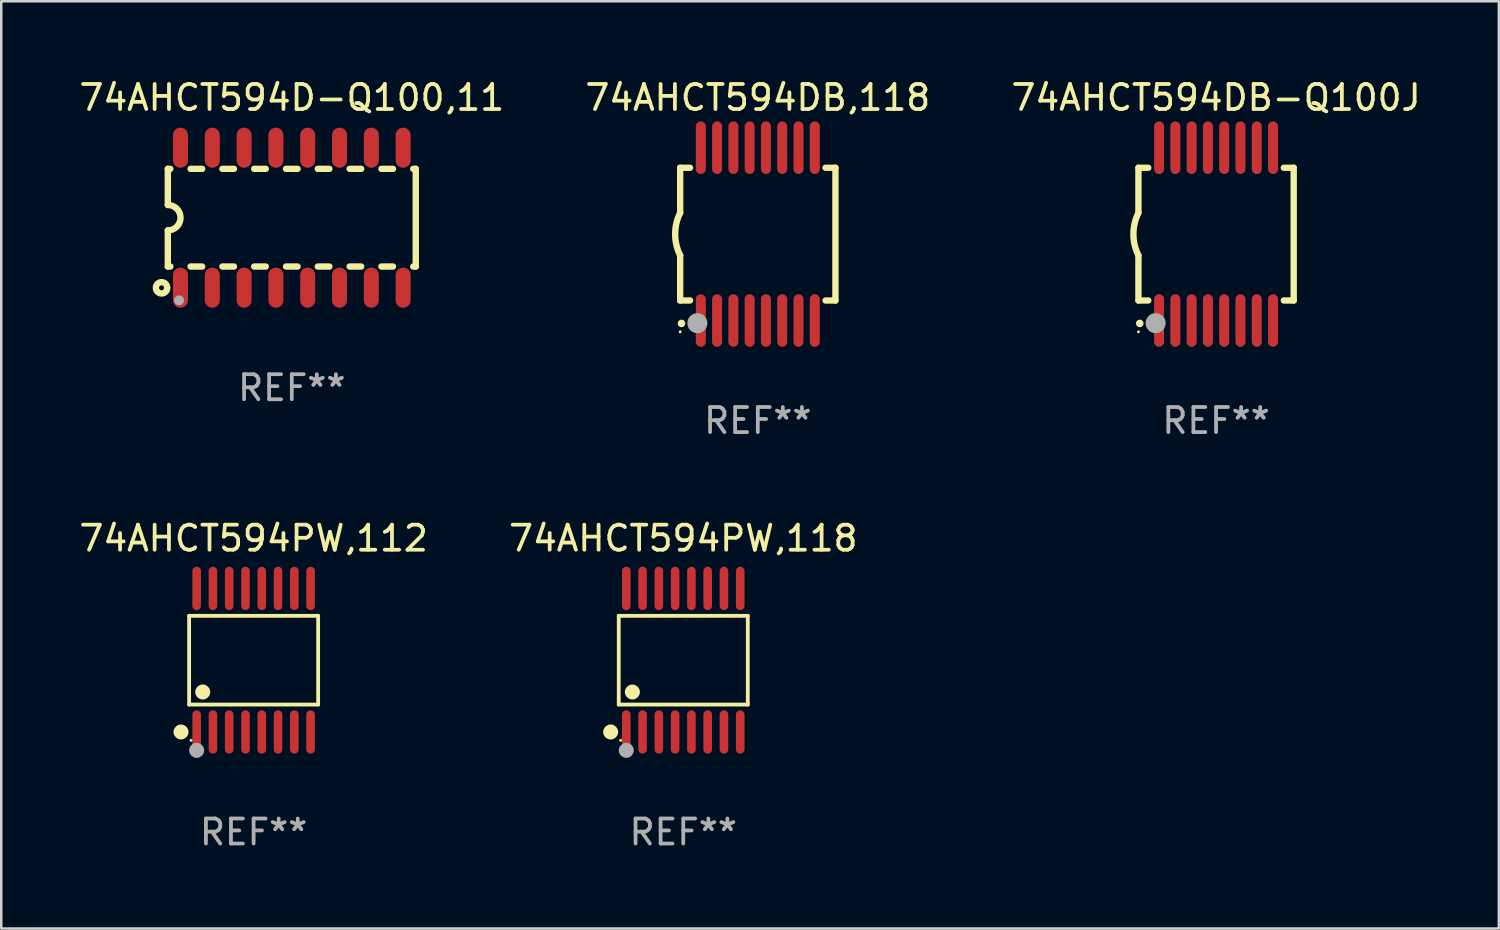
<source format=kicad_pcb>
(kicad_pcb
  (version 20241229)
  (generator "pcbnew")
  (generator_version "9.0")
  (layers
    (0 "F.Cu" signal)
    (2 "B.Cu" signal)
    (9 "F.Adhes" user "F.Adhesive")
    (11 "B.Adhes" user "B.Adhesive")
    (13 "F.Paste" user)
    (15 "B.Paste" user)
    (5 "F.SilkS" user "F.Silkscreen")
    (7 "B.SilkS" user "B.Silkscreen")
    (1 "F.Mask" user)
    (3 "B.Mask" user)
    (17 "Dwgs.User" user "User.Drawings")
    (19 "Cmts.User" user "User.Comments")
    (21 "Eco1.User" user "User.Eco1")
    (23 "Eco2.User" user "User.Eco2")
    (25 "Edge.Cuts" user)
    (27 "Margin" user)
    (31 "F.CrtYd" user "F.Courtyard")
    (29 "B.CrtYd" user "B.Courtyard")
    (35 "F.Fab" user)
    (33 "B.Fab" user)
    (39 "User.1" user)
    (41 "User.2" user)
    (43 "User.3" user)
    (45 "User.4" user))
  (footprint "74AHCT594PW,112"
    (layer "F.Cu")
    (at 7.077 23.311)
    (property "Reference" "74AHCT594PW,112" (at 0 -4.866 0) (layer "F.SilkS") (effects (font (size 1 1) (thickness 0.15))))
    (attr through_hole)
    (fp_line (start -2.576 -1.772) (end 2.576 -1.772) (stroke (width 0.152) (type solid)) (layer "F.SilkS"))
    (fp_line (start -2.576 1.771) (end -2.576 -1.772) (stroke (width 0.152) (type solid)) (layer "F.SilkS"))
    (fp_line (start 2.576 -1.772) (end 2.576 1.771) (stroke (width 0.152) (type solid)) (layer "F.SilkS"))
    (fp_line (start 2.576 1.771) (end -2.576 1.771) (stroke (width 0.152) (type solid)) (layer "F.SilkS"))
    (fp_circle (center -2.899 2.866) (end -2.749 2.866) (stroke (width 0.3) (type solid)) (fill no) (layer "F.SilkS"))
    (fp_circle (center -2.5 3.2) (end -2.47 3.2) (stroke (width 0.06) (type solid)) (fill no) (layer "F.SilkS"))
    (fp_circle (center -2.032 1.27) (end -1.882 1.27) (stroke (width 0.3) (type solid)) (fill no) (layer "F.SilkS"))
    (fp_circle (center -2.275 3.6) (end -2.125 3.6) (stroke (width 0.3) (type solid)) (fill no) (layer "F.Fab"))
    (fp_text user "REF**" (at 0 6.866 0) (layer "F.Fab") (effects (font (size 1 1) (thickness 0.15))))
    (pad "1" smd oval (at -2.275 2.866) (size 0.343 1.731) (layers "F.Cu" "F.Mask" "F.Paste"))
    (pad "2" smd oval (at -1.625 2.866) (size 0.343 1.731) (layers "F.Cu" "F.Mask" "F.Paste"))
    (pad "3" smd oval (at -0.975 2.866) (size 0.343 1.731) (layers "F.Cu" "F.Mask" "F.Paste"))
    (pad "4" smd oval (at -0.325 2.866) (size 0.343 1.731) (layers "F.Cu" "F.Mask" "F.Paste"))
    (pad "5" smd oval (at 0.325 2.866) (size 0.343 1.731) (layers "F.Cu" "F.Mask" "F.Paste"))
    (pad "6" smd oval (at 0.975 2.866) (size 0.343 1.731) (layers "F.Cu" "F.Mask" "F.Paste"))
    (pad "7" smd oval (at 1.625 2.866) (size 0.343 1.731) (layers "F.Cu" "F.Mask" "F.Paste"))
    (pad "8" smd oval (at 2.275 2.866) (size 0.343 1.731) (layers "F.Cu" "F.Mask" "F.Paste"))
    (pad "9" smd oval (at 2.275 -2.866) (size 0.343 1.731) (layers "F.Cu" "F.Mask" "F.Paste"))
    (pad "10" smd oval (at 1.625 -2.866) (size 0.343 1.731) (layers "F.Cu" "F.Mask" "F.Paste"))
    (pad "11" smd oval (at 0.975 -2.866) (size 0.343 1.731) (layers "F.Cu" "F.Mask" "F.Paste"))
    (pad "12" smd oval (at 0.325 -2.866) (size 0.343 1.731) (layers "F.Cu" "F.Mask" "F.Paste"))
    (pad "13" smd oval (at -0.325 -2.866) (size 0.343 1.731) (layers "F.Cu" "F.Mask" "F.Paste"))
    (pad "14" smd oval (at -0.975 -2.866) (size 0.343 1.731) (layers "F.Cu" "F.Mask" "F.Paste"))
    (pad "15" smd oval (at -1.625 -2.866) (size 0.343 1.731) (layers "F.Cu" "F.Mask" "F.Paste"))
    (pad "16" smd oval (at -2.275 -2.866) (size 0.343 1.731) (layers "F.Cu" "F.Mask" "F.Paste")))
  (footprint "74AHCT594D-Q100,11"
    (layer "F.Cu")
    (at 8.601 5.642)
    (property "Reference" "74AHCT594D-Q100,11" (at 0 -4.794 0) (layer "F.SilkS") (effects (font (size 1 1) (thickness 0.15))))
    (attr through_hole)
    (fp_line (start -4.95 -1.95) (end -4.95 -0.508) (stroke (width 0.254) (type solid)) (layer "F.SilkS"))
    (fp_line (start -4.95 -1.95) (end -4.849 -1.95) (stroke (width 0.254) (type solid)) (layer "F.SilkS"))
    (fp_line (start -4.95 1.95) (end -4.95 0.508) (stroke (width 0.254) (type solid)) (layer "F.SilkS"))
    (fp_line (start -4.95 1.95) (end -4.849 1.95) (stroke (width 0.254) (type solid)) (layer "F.SilkS"))
    (fp_line (start -4.041 -1.95) (end -3.579 -1.95) (stroke (width 0.254) (type solid)) (layer "F.SilkS"))
    (fp_line (start -4.041 1.95) (end -3.579 1.95) (stroke (width 0.254) (type solid)) (layer "F.SilkS"))
    (fp_line (start -2.771 -1.95) (end -2.309 -1.95) (stroke (width 0.254) (type solid)) (layer "F.SilkS"))
    (fp_line (start -2.771 1.95) (end -2.309 1.95) (stroke (width 0.254) (type solid)) (layer "F.SilkS"))
    (fp_line (start -1.501 -1.95) (end -1.039 -1.95) (stroke (width 0.254) (type solid)) (layer "F.SilkS"))
    (fp_line (start -1.501 1.95) (end -1.039 1.95) (stroke (width 0.254) (type solid)) (layer "F.SilkS"))
    (fp_line (start -0.231 -1.95) (end 0.231 -1.95) (stroke (width 0.254) (type solid)) (layer "F.SilkS"))
    (fp_line (start -0.231 1.95) (end 0.231 1.95) (stroke (width 0.254) (type solid)) (layer "F.SilkS"))
    (fp_line (start 1.039 -1.95) (end 1.501 -1.95) (stroke (width 0.254) (type solid)) (layer "F.SilkS"))
    (fp_line (start 1.039 1.95) (end 1.501 1.95) (stroke (width 0.254) (type solid)) (layer "F.SilkS"))
    (fp_line (start 2.309 -1.95) (end 2.771 -1.95) (stroke (width 0.254) (type solid)) (layer "F.SilkS"))
    (fp_line (start 2.309 1.95) (end 2.771 1.95) (stroke (width 0.254) (type solid)) (layer "F.SilkS"))
    (fp_line (start 3.579 -1.95) (end 4.041 -1.95) (stroke (width 0.254) (type solid)) (layer "F.SilkS"))
    (fp_line (start 3.579 1.95) (end 4.041 1.95) (stroke (width 0.254) (type solid)) (layer "F.SilkS"))
    (fp_line (start 4.849 -1.95) (end 4.95 -1.95) (stroke (width 0.254) (type solid)) (layer "F.SilkS"))
    (fp_line (start 4.849 1.95) (end 4.95 1.95) (stroke (width 0.254) (type solid)) (layer "F.SilkS"))
    (fp_line (start 4.95 -1.95) (end 4.95 1.95) (stroke (width 0.254) (type solid)) (layer "F.SilkS"))
    (fp_arc (start -4.95047 -0.508001) (mid -4.442469 -0.000228) (end -4.950013 0.508001) (stroke (width 0.254001) (type solid)) (layer "F.SilkS"))
    (fp_circle (center -5.2 2.8) (end -5.1 2.8) (stroke (width 0.254) (type solid)) (fill no) (layer "F.SilkS"))
    (fp_circle (center -4.95 2.947) (end -4.92 2.947) (stroke (width 0.06) (type solid)) (fill no) (layer "F.SilkS"))
    (fp_circle (center -4.5 3.3) (end -4.4 3.3) (stroke (width 0.2) (type solid)) (fill no) (layer "F.Fab"))
    (fp_text user "REF**" (at 0 6.794 0) (layer "F.Fab") (effects (font (size 1 1) (thickness 0.15))))
    (pad "1" smd oval (at -4.445 2.794) (size 0.6 1.6) (layers "F.Cu" "F.Mask" "F.Paste"))
    (pad "2" smd oval (at -3.175 2.794) (size 0.6 1.6) (layers "F.Cu" "F.Mask" "F.Paste"))
    (pad "3" smd oval (at -1.905 2.794) (size 0.6 1.6) (layers "F.Cu" "F.Mask" "F.Paste"))
    (pad "4" smd oval (at -0.635 2.794) (size 0.6 1.6) (layers "F.Cu" "F.Mask" "F.Paste"))
    (pad "5" smd oval (at 0.635 2.794) (size 0.6 1.6) (layers "F.Cu" "F.Mask" "F.Paste"))
    (pad "6" smd oval (at 1.905 2.794) (size 0.6 1.6) (layers "F.Cu" "F.Mask" "F.Paste"))
    (pad "7" smd oval (at 3.175 2.794) (size 0.6 1.6) (layers "F.Cu" "F.Mask" "F.Paste"))
    (pad "8" smd oval (at 4.445 2.794) (size 0.6 1.6) (layers "F.Cu" "F.Mask" "F.Paste"))
    (pad "9" smd oval (at 4.445 -2.794) (size 0.6 1.6) (layers "F.Cu" "F.Mask" "F.Paste"))
    (pad "10" smd oval (at 3.175 -2.794) (size 0.6 1.6) (layers "F.Cu" "F.Mask" "F.Paste"))
    (pad "11" smd oval (at 1.905 -2.794) (size 0.6 1.6) (layers "F.Cu" "F.Mask" "F.Paste"))
    (pad "12" smd oval (at 0.635 -2.794) (size 0.6 1.6) (layers "F.Cu" "F.Mask" "F.Paste"))
    (pad "13" smd oval (at -0.635 -2.794) (size 0.6 1.6) (layers "F.Cu" "F.Mask" "F.Paste"))
    (pad "14" smd oval (at -1.905 -2.794) (size 0.6 1.6) (layers "F.Cu" "F.Mask" "F.Paste"))
    (pad "15" smd oval (at -3.175 -2.794) (size 0.6 1.6) (layers "F.Cu" "F.Mask" "F.Paste"))
    (pad "16" smd oval (at -4.445 -2.794) (size 0.6 1.6) (layers "F.Cu" "F.Mask" "F.Paste")))
  (footprint "74AHCT594DB-Q100J"
    (layer "F.Cu")
    (at 45.506 6.298)
    (property "Reference" "74AHCT594DB-Q100J" (at 0 -5.45 0) (layer "F.SilkS") (effects (font (size 1 1) (thickness 0.15))))
    (attr through_hole)
    (fp_line (start -3.1 -2.65) (end -3.1 -0.85) (stroke (width 0.254) (type solid)) (layer "F.SilkS"))
    (fp_line (start -3.1 -2.65) (end -2.706 -2.65) (stroke (width 0.254) (type solid)) (layer "F.SilkS"))
    (fp_line (start -3.1 2.65) (end -3.1 0.85) (stroke (width 0.254) (type solid)) (layer "F.SilkS"))
    (fp_line (start -3.1 2.65) (end -2.706 2.65) (stroke (width 0.254) (type solid)) (layer "F.SilkS"))
    (fp_line (start 2.706 -2.65) (end 3.1 -2.65) (stroke (width 0.254) (type solid)) (layer "F.SilkS"))
    (fp_line (start 2.706 2.65) (end 3.1 2.65) (stroke (width 0.254) (type solid)) (layer "F.SilkS"))
    (fp_line (start 3.1 -2.65) (end 3.1 2.65) (stroke (width 0.254) (type solid)) (layer "F.SilkS"))
    (fp_arc (start -3.098907 0.850902) (mid -3.300057 0.000523) (end -3.1 -0.850114) (stroke (width 0.254001) (type solid)) (layer "F.SilkS"))
    (fp_arc (start -3.048006 3.566066) (mid -3.046736 3.566061) (end -3.045466 3.566066) (stroke (width 0.3) (type solid)) (layer "F.SilkS"))
    (fp_circle (center -3.1 3.9) (end -3.07 3.9) (stroke (width 0.06) (type solid)) (fill no) (layer "F.SilkS"))
    (fp_circle (center -2.413 3.556) (end -2.213 3.556) (stroke (width 0.4) (type solid)) (fill no) (layer "F.Fab"))
    (fp_text user "REF**" (at 0 7.45 0) (layer "F.Fab") (effects (font (size 1 1) (thickness 0.15))))
    (pad "1" smd oval (at -2.275 3.45 180) (size 0.4 2.1) (layers "F.Cu" "F.Mask" "F.Paste"))
    (pad "2" smd oval (at -1.625 3.45 180) (size 0.4 2.1) (layers "F.Cu" "F.Mask" "F.Paste"))
    (pad "3" smd oval (at -0.975 3.45 180) (size 0.4 2.1) (layers "F.Cu" "F.Mask" "F.Paste"))
    (pad "4" smd oval (at -0.325 3.45 180) (size 0.4 2.1) (layers "F.Cu" "F.Mask" "F.Paste"))
    (pad "5" smd oval (at 0.325 3.45 180) (size 0.4 2.1) (layers "F.Cu" "F.Mask" "F.Paste"))
    (pad "6" smd oval (at 0.975 3.45 180) (size 0.4 2.1) (layers "F.Cu" "F.Mask" "F.Paste"))
    (pad "7" smd oval (at 1.625 3.45 180) (size 0.4 2.1) (layers "F.Cu" "F.Mask" "F.Paste"))
    (pad "8" smd oval (at 2.275 3.45 180) (size 0.4 2.1) (layers "F.Cu" "F.Mask" "F.Paste"))
    (pad "9" smd oval (at 2.275 -3.45 180) (size 0.4 2.1) (layers "F.Cu" "F.Mask" "F.Paste"))
    (pad "10" smd oval (at 1.625 -3.45 180) (size 0.4 2.1) (layers "F.Cu" "F.Mask" "F.Paste"))
    (pad "11" smd oval (at 0.975 -3.45 180) (size 0.4 2.1) (layers "F.Cu" "F.Mask" "F.Paste"))
    (pad "12" smd oval (at 0.325 -3.45 180) (size 0.4 2.1) (layers "F.Cu" "F.Mask" "F.Paste"))
    (pad "13" smd oval (at -0.325 -3.45 180) (size 0.4 2.1) (layers "F.Cu" "F.Mask" "F.Paste"))
    (pad "14" smd oval (at -0.975 -3.45 180) (size 0.4 2.1) (layers "F.Cu" "F.Mask" "F.Paste"))
    (pad "15" smd oval (at -1.625 -3.45 180) (size 0.4 2.1) (layers "F.Cu" "F.Mask" "F.Paste"))
    (pad "16" smd oval (at -2.275 -3.45 180) (size 0.4 2.1) (layers "F.Cu" "F.Mask" "F.Paste")))
  (footprint "74AHCT594DB,118"
    (layer "F.Cu")
    (at 27.208 6.298)
    (property "Reference" "74AHCT594DB,118" (at 0 -5.45 0) (layer "F.SilkS") (effects (font (size 1 1) (thickness 0.15))))
    (attr through_hole)
    (fp_line (start -3.1 -2.65) (end -3.1 -0.85) (stroke (width 0.254) (type solid)) (layer "F.SilkS"))
    (fp_line (start -3.1 -2.65) (end -2.706 -2.65) (stroke (width 0.254) (type solid)) (layer "F.SilkS"))
    (fp_line (start -3.1 2.65) (end -3.1 0.85) (stroke (width 0.254) (type solid)) (layer "F.SilkS"))
    (fp_line (start -3.1 2.65) (end -2.706 2.65) (stroke (width 0.254) (type solid)) (layer "F.SilkS"))
    (fp_line (start 2.706 -2.65) (end 3.1 -2.65) (stroke (width 0.254) (type solid)) (layer "F.SilkS"))
    (fp_line (start 2.706 2.65) (end 3.1 2.65) (stroke (width 0.254) (type solid)) (layer "F.SilkS"))
    (fp_line (start 3.1 -2.65) (end 3.1 2.65) (stroke (width 0.254) (type solid)) (layer "F.SilkS"))
    (fp_arc (start -3.098907 0.850902) (mid -3.300057 0.000523) (end -3.1 -0.850114) (stroke (width 0.254001) (type solid)) (layer "F.SilkS"))
    (fp_arc (start -3.048006 3.566066) (mid -3.046736 3.566061) (end -3.045466 3.566066) (stroke (width 0.3) (type solid)) (layer "F.SilkS"))
    (fp_circle (center -3.1 3.9) (end -3.07 3.9) (stroke (width 0.06) (type solid)) (fill no) (layer "F.SilkS"))
    (fp_circle (center -2.413 3.556) (end -2.213 3.556) (stroke (width 0.4) (type solid)) (fill no) (layer "F.Fab"))
    (fp_text user "REF**" (at 0 7.45 0) (layer "F.Fab") (effects (font (size 1 1) (thickness 0.15))))
    (pad "1" smd oval (at -2.275 3.45 180) (size 0.4 2.1) (layers "F.Cu" "F.Mask" "F.Paste"))
    (pad "2" smd oval (at -1.625 3.45 180) (size 0.4 2.1) (layers "F.Cu" "F.Mask" "F.Paste"))
    (pad "3" smd oval (at -0.975 3.45 180) (size 0.4 2.1) (layers "F.Cu" "F.Mask" "F.Paste"))
    (pad "4" smd oval (at -0.325 3.45 180) (size 0.4 2.1) (layers "F.Cu" "F.Mask" "F.Paste"))
    (pad "5" smd oval (at 0.325 3.45 180) (size 0.4 2.1) (layers "F.Cu" "F.Mask" "F.Paste"))
    (pad "6" smd oval (at 0.975 3.45 180) (size 0.4 2.1) (layers "F.Cu" "F.Mask" "F.Paste"))
    (pad "7" smd oval (at 1.625 3.45 180) (size 0.4 2.1) (layers "F.Cu" "F.Mask" "F.Paste"))
    (pad "8" smd oval (at 2.275 3.45 180) (size 0.4 2.1) (layers "F.Cu" "F.Mask" "F.Paste"))
    (pad "9" smd oval (at 2.275 -3.45 180) (size 0.4 2.1) (layers "F.Cu" "F.Mask" "F.Paste"))
    (pad "10" smd oval (at 1.625 -3.45 180) (size 0.4 2.1) (layers "F.Cu" "F.Mask" "F.Paste"))
    (pad "11" smd oval (at 0.975 -3.45 180) (size 0.4 2.1) (layers "F.Cu" "F.Mask" "F.Paste"))
    (pad "12" smd oval (at 0.325 -3.45 180) (size 0.4 2.1) (layers "F.Cu" "F.Mask" "F.Paste"))
    (pad "13" smd oval (at -0.325 -3.45 180) (size 0.4 2.1) (layers "F.Cu" "F.Mask" "F.Paste"))
    (pad "14" smd oval (at -0.975 -3.45 180) (size 0.4 2.1) (layers "F.Cu" "F.Mask" "F.Paste"))
    (pad "15" smd oval (at -1.625 -3.45 180) (size 0.4 2.1) (layers "F.Cu" "F.Mask" "F.Paste"))
    (pad "16" smd oval (at -2.275 -3.45 180) (size 0.4 2.1) (layers "F.Cu" "F.Mask" "F.Paste")))
  (footprint "74AHCT594PW,118"
    (layer "F.Cu")
    (at 24.232 23.311)
    (property "Reference" "74AHCT594PW,118" (at 0 -4.866 0) (layer "F.SilkS") (effects (font (size 1 1) (thickness 0.15))))
    (attr through_hole)
    (fp_line (start -2.576 -1.772) (end 2.576 -1.772) (stroke (width 0.152) (type solid)) (layer "F.SilkS"))
    (fp_line (start -2.576 1.771) (end -2.576 -1.772) (stroke (width 0.152) (type solid)) (layer "F.SilkS"))
    (fp_line (start 2.576 -1.772) (end 2.576 1.771) (stroke (width 0.152) (type solid)) (layer "F.SilkS"))
    (fp_line (start 2.576 1.771) (end -2.576 1.771) (stroke (width 0.152) (type solid)) (layer "F.SilkS"))
    (fp_circle (center -2.899 2.866) (end -2.749 2.866) (stroke (width 0.3) (type solid)) (fill no) (layer "F.SilkS"))
    (fp_circle (center -2.5 3.2) (end -2.47 3.2) (stroke (width 0.06) (type solid)) (fill no) (layer "F.SilkS"))
    (fp_circle (center -2.032 1.27) (end -1.882 1.27) (stroke (width 0.3) (type solid)) (fill no) (layer "F.SilkS"))
    (fp_circle (center -2.275 3.6) (end -2.125 3.6) (stroke (width 0.3) (type solid)) (fill no) (layer "F.Fab"))
    (fp_text user "REF**" (at 0 6.866 0) (layer "F.Fab") (effects (font (size 1 1) (thickness 0.15))))
    (pad "1" smd oval (at -2.275 2.866) (size 0.343 1.731) (layers "F.Cu" "F.Mask" "F.Paste"))
    (pad "2" smd oval (at -1.625 2.866) (size 0.343 1.731) (layers "F.Cu" "F.Mask" "F.Paste"))
    (pad "3" smd oval (at -0.975 2.866) (size 0.343 1.731) (layers "F.Cu" "F.Mask" "F.Paste"))
    (pad "4" smd oval (at -0.325 2.866) (size 0.343 1.731) (layers "F.Cu" "F.Mask" "F.Paste"))
    (pad "5" smd oval (at 0.325 2.866) (size 0.343 1.731) (layers "F.Cu" "F.Mask" "F.Paste"))
    (pad "6" smd oval (at 0.975 2.866) (size 0.343 1.731) (layers "F.Cu" "F.Mask" "F.Paste"))
    (pad "7" smd oval (at 1.625 2.866) (size 0.343 1.731) (layers "F.Cu" "F.Mask" "F.Paste"))
    (pad "8" smd oval (at 2.275 2.866) (size 0.343 1.731) (layers "F.Cu" "F.Mask" "F.Paste"))
    (pad "9" smd oval (at 2.275 -2.866) (size 0.343 1.731) (layers "F.Cu" "F.Mask" "F.Paste"))
    (pad "10" smd oval (at 1.625 -2.866) (size 0.343 1.731) (layers "F.Cu" "F.Mask" "F.Paste"))
    (pad "11" smd oval (at 0.975 -2.866) (size 0.343 1.731) (layers "F.Cu" "F.Mask" "F.Paste"))
    (pad "12" smd oval (at 0.325 -2.866) (size 0.343 1.731) (layers "F.Cu" "F.Mask" "F.Paste"))
    (pad "13" smd oval (at -0.325 -2.866) (size 0.343 1.731) (layers "F.Cu" "F.Mask" "F.Paste"))
    (pad "14" smd oval (at -0.975 -2.866) (size 0.343 1.731) (layers "F.Cu" "F.Mask" "F.Paste"))
    (pad "15" smd oval (at -1.625 -2.866) (size 0.343 1.731) (layers "F.Cu" "F.Mask" "F.Paste"))
    (pad "16" smd oval (at -2.275 -2.866) (size 0.343 1.731) (layers "F.Cu" "F.Mask" "F.Paste")))
  (gr_rect
    (start -3 -3)
    (end 56.798 34.025)
    (stroke (width 0.1) (type default))
    (fill no)
    (layer "Edge.Cuts")))
</source>
